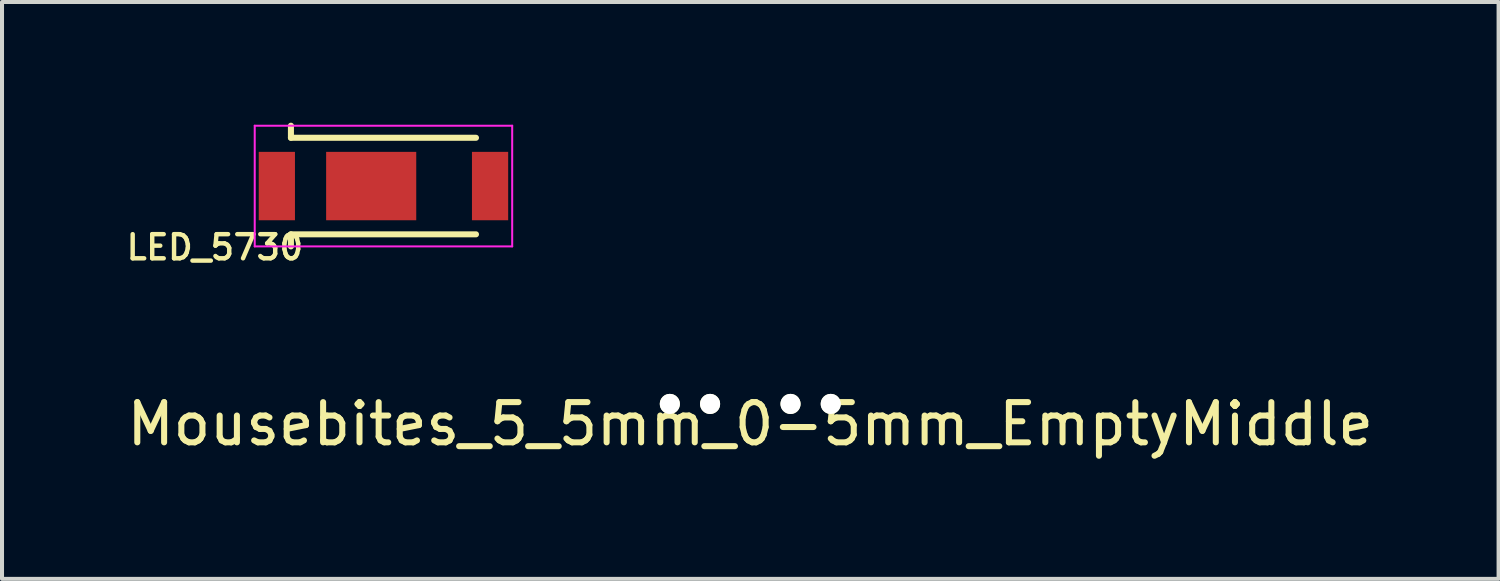
<source format=kicad_pcb>
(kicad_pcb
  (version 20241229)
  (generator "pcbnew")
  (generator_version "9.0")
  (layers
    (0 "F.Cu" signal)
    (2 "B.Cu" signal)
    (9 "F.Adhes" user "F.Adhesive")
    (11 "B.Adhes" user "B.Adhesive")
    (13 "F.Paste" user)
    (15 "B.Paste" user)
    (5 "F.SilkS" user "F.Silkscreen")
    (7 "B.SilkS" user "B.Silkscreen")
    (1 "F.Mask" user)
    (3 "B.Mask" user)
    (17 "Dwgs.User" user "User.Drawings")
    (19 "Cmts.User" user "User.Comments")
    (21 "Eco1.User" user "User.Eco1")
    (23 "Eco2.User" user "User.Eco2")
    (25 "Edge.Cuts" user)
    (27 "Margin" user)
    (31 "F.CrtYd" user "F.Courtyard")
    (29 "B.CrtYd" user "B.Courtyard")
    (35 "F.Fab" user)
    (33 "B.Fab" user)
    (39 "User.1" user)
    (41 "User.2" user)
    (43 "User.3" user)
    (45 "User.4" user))
  (footprint "Mousebites_5_5mm_0-5mm_EmptyMiddle"
    (layer "F.Cu")
    (at 15.601 6.991)
    (property "Reference" "Mousebites_5_5mm_0-5mm_EmptyMiddle" (at 0 0.5 0) (layer "F.SilkS") (effects (font (size 1 1) (thickness 0.15))))
    (attr through_hole)
    (pad "" np_thru_hole circle (at -2 0) (size 0.5 0.5) (drill 0.5) (layers "*.Cu" "*.Mask" "F.SilkS"))
    (pad "" np_thru_hole circle (at -1 0) (size 0.5 0.5) (drill 0.5) (layers "*.Cu" "*.Mask" "F.SilkS"))
    (pad "" np_thru_hole circle (at 1 0) (size 0.5 0.5) (drill 0.5) (layers "*.Cu" "*.Mask" "F.SilkS"))
    (pad "" np_thru_hole circle (at 2 0) (size 0.5 0.5) (drill 0.5) (layers "*.Cu" "*.Mask" "F.SilkS")))
  (footprint "LED_5730"
    (layer "F.Cu")
    (at 6.482 1.575)
    (property "Reference" "LED_5730" (at -4.191 1.524 0) (layer "F.SilkS") (effects (font (size 0.6 0.6) (thickness 0.11))))
    (attr smd)
    (fp_line (start -2.3 -1.5) (end -2.3 -1.2) (stroke (width 0.15) (type solid)) (layer "F.SilkS"))
    (fp_line (start -2.3 -1.2) (end 2.3 -1.2) (stroke (width 0.15) (type solid)) (layer "F.SilkS"))
    (fp_line (start -2.3 1.2) (end 2.3 1.2) (stroke (width 0.15) (type solid)) (layer "F.SilkS"))
    (fp_line (start -2.3 1.5) (end -2.3 1.2) (stroke (width 0.15) (type solid)) (layer "F.SilkS"))
    (fp_line (start -3.2 -1.5) (end 3.2 -1.5) (stroke (width 0.05) (type solid)) (layer "F.CrtYd"))
    (fp_line (start -3.2 1.5) (end -3.2 -1.5) (stroke (width 0.05) (type solid)) (layer "F.CrtYd"))
    (fp_line (start 3.2 -1.5) (end 3.2 1.5) (stroke (width 0.05) (type solid)) (layer "F.CrtYd"))
    (fp_line (start 3.2 1.5) (end -3.2 1.5) (stroke (width 0.05) (type solid)) (layer "F.CrtYd"))
    (pad "1" smd rect (at -2.65 0) (size 0.9 1.7) (layers "F.Cu" "F.Mask" "F.Paste"))
    (pad "2" smd rect (at 2.65 0) (size 0.9 1.7) (layers "F.Cu" "F.Mask" "F.Paste"))
    (pad "3" smd rect (at -0.305 0) (size 2.24 1.7) (layers "F.Cu" "F.Mask" "F.Paste")))
  (gr_rect
    (start -3 -3)
    (end 34.202 11.34)
    (stroke (width 0.1) (type default))
    (fill no)
    (layer "Edge.Cuts")))
</source>
